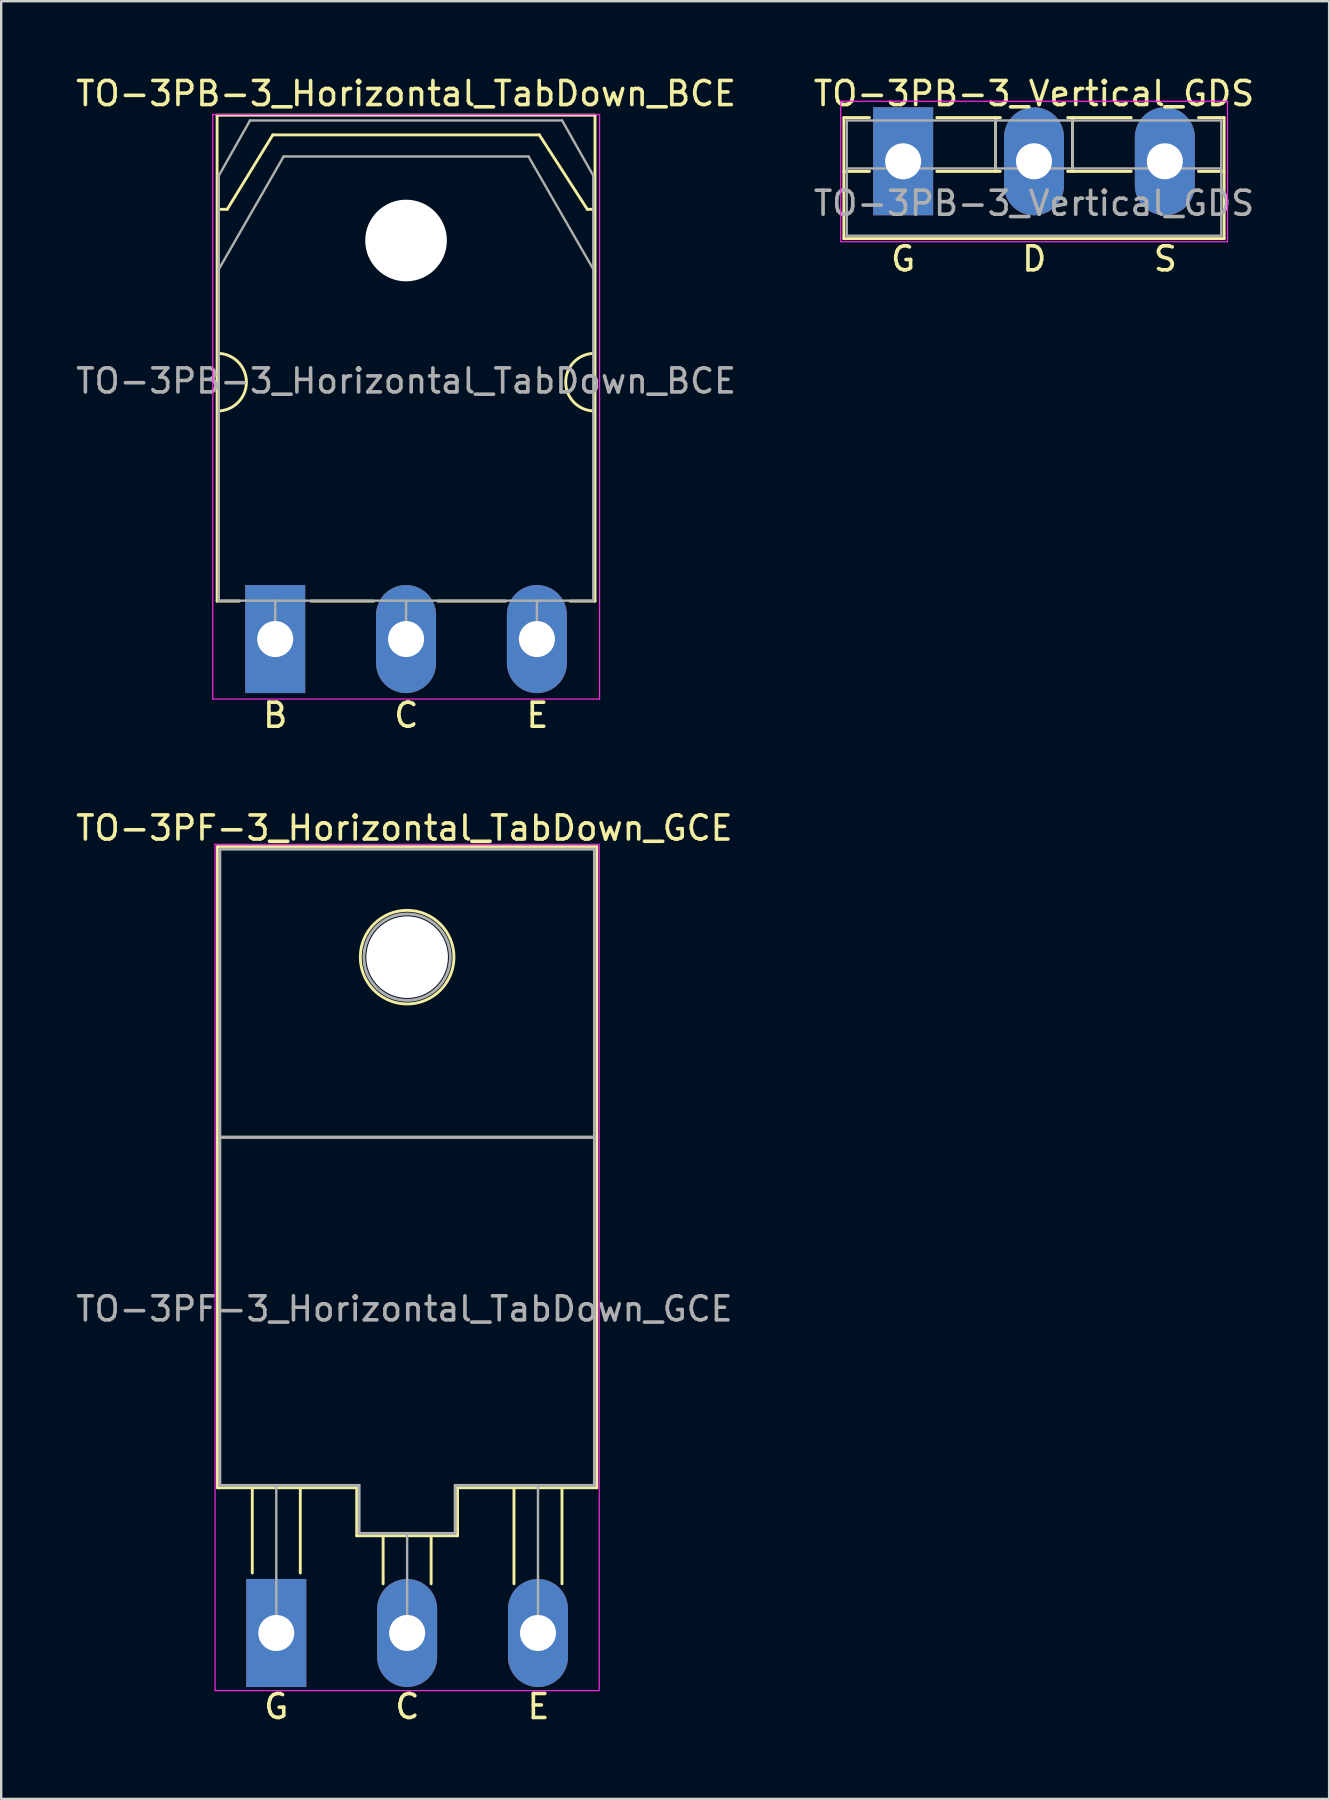
<source format=kicad_pcb>
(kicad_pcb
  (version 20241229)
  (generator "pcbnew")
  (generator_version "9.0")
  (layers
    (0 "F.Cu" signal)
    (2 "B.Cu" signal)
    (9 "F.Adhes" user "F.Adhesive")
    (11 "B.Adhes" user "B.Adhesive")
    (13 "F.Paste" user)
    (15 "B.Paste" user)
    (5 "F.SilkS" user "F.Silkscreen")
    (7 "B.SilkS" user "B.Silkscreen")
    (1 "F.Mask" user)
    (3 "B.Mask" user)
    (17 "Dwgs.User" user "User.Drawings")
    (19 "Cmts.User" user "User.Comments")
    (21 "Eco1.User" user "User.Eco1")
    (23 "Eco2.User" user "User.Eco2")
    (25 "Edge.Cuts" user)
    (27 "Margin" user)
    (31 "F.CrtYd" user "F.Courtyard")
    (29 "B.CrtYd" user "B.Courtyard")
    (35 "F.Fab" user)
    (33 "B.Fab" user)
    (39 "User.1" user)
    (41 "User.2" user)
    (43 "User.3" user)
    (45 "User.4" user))
  (footprint "TO-3PB-3_Vertical_GDS"
    (layer "F.Cu")
    (at 34.568 3.668)
    (property "Reference" "TO-3PB-3_Vertical_GDS" (at 5.45 -2.82 0) (layer "F.SilkS") (effects (font (size 1 1) (thickness 0.15))))
    (fp_line (start -2.47 -1.82) (end -2.47 3.22) (stroke (width 0.12) (type solid)) (layer "F.SilkS"))
    (fp_line (start -2.47 -1.82) (end -1.4 -1.82) (stroke (width 0.12) (type solid)) (layer "F.SilkS"))
    (fp_line (start -2.47 0.421) (end -1.4 0.421) (stroke (width 0.12) (type solid)) (layer "F.SilkS"))
    (fp_line (start -2.47 3.22) (end 13.37 3.22) (stroke (width 0.12) (type solid)) (layer "F.SilkS"))
    (fp_line (start 1.4 -1.82) (end 4.051 -1.82) (stroke (width 0.12) (type solid)) (layer "F.SilkS"))
    (fp_line (start 1.4 0.421) (end 4.051 0.421) (stroke (width 0.12) (type solid)) (layer "F.SilkS"))
    (fp_line (start 3.85 -1.82) (end 3.85 0.421) (stroke (width 0.12) (type solid)) (layer "F.SilkS"))
    (fp_line (start 6.85 -1.82) (end 9.5 -1.82) (stroke (width 0.12) (type solid)) (layer "F.SilkS"))
    (fp_line (start 6.85 0.421) (end 9.5 0.421) (stroke (width 0.12) (type solid)) (layer "F.SilkS"))
    (fp_line (start 7.051 -1.82) (end 7.051 0.421) (stroke (width 0.12) (type solid)) (layer "F.SilkS"))
    (fp_line (start 12.3 -1.82) (end 13.37 -1.82) (stroke (width 0.12) (type solid)) (layer "F.SilkS"))
    (fp_line (start 12.3 0.421) (end 13.37 0.421) (stroke (width 0.12) (type solid)) (layer "F.SilkS"))
    (fp_line (start 13.37 -1.82) (end 13.37 3.22) (stroke (width 0.12) (type solid)) (layer "F.SilkS"))
    (fp_line (start -2.6 -2.5) (end -2.6 3.35) (stroke (width 0.05) (type solid)) (layer "F.CrtYd"))
    (fp_line (start -2.6 3.35) (end 13.51 3.35) (stroke (width 0.05) (type solid)) (layer "F.CrtYd"))
    (fp_line (start 13.51 -2.5) (end -2.6 -2.5) (stroke (width 0.05) (type solid)) (layer "F.CrtYd"))
    (fp_line (start 13.51 3.35) (end 13.51 -2.5) (stroke (width 0.05) (type solid)) (layer "F.CrtYd"))
    (fp_line (start -2.35 -1.7) (end -2.35 3.1) (stroke (width 0.1) (type solid)) (layer "F.Fab"))
    (fp_line (start -2.35 0.3) (end 13.25 0.3) (stroke (width 0.1) (type solid)) (layer "F.Fab"))
    (fp_line (start -2.35 3.1) (end 13.25 3.1) (stroke (width 0.1) (type solid)) (layer "F.Fab"))
    (fp_line (start 3.85 -1.7) (end 3.85 0.3) (stroke (width 0.1) (type solid)) (layer "F.Fab"))
    (fp_line (start 7.05 -1.7) (end 7.05 0.3) (stroke (width 0.1) (type solid)) (layer "F.Fab"))
    (fp_line (start 13.25 -1.7) (end -2.35 -1.7) (stroke (width 0.1) (type solid)) (layer "F.Fab"))
    (fp_line (start 13.25 3.1) (end 13.25 -1.7) (stroke (width 0.1) (type solid)) (layer "F.Fab"))
    (fp_text user "G" (at 0 4.064 0) (unlocked yes) (layer "F.SilkS") (effects (font (size 1 1) (thickness 0.15))))
    (fp_text user "D" (at 5.461 4.064 0) (unlocked yes) (layer "F.SilkS") (effects (font (size 1 1) (thickness 0.15))))
    (fp_text user "S" (at 10.922 4.064 0) (unlocked yes) (layer "F.SilkS") (effects (font (size 1 1) (thickness 0.15))))
    (fp_text user "${REFERENCE}" (at 5.45 1.75 0) (layer "F.Fab") (effects (font (size 1 1) (thickness 0.15))))
    (pad "1" thru_hole rect (at 0 0) (size 2.5 4.5) (drill 1.5) (layers "*.Cu" "*.Mask"))
    (pad "2" thru_hole oval (at 5.45 0) (size 2.5 4.5) (drill 1.5) (layers "*.Cu" "*.Mask"))
    (pad "3" thru_hole oval (at 10.9 0) (size 2.5 4.5) (drill 1.5) (layers "*.Cu" "*.Mask")))
  (footprint "TO-3PF-3_Horizontal_TabDown_GCE"
    (layer "F.Cu")
    (at 8.458 64.968)
    (property "Reference" "TO-3PF-3_Horizontal_TabDown_GCE" (at 5.334 -33.528 0) (layer "F.SilkS") (effects (font (size 1 1) (thickness 0.15))))
    (fp_line (start -2.45 -32.75) (end 13.35 -32.75) (stroke (width 0.12) (type solid)) (layer "F.SilkS"))
    (fp_line (start -2.45 -6.05) (end -2.45 -32.75) (stroke (width 0.12) (type solid)) (layer "F.SilkS"))
    (fp_line (start -1 -6) (end -1 -2.5) (stroke (width 0.12) (type solid)) (layer "F.SilkS"))
    (fp_line (start 1 -6) (end 1 -2.5) (stroke (width 0.12) (type solid)) (layer "F.SilkS"))
    (fp_line (start 3.35 -6.05) (end -2.45 -6.05) (stroke (width 0.12) (type solid)) (layer "F.SilkS"))
    (fp_line (start 3.35 -4.05) (end 3.35 -6.05) (stroke (width 0.12) (type solid)) (layer "F.SilkS"))
    (fp_line (start 4.45 -4.05) (end 4.45 -2.05) (stroke (width 0.12) (type solid)) (layer "F.SilkS"))
    (fp_line (start 6.45 -4.05) (end 6.45 -2.05) (stroke (width 0.12) (type solid)) (layer "F.SilkS"))
    (fp_line (start 7.55 -6.05) (end 7.55 -4.05) (stroke (width 0.12) (type solid)) (layer "F.SilkS"))
    (fp_line (start 7.55 -4.05) (end 3.35 -4.05) (stroke (width 0.12) (type solid)) (layer "F.SilkS"))
    (fp_line (start 9.9 -6) (end 9.9 -2.05) (stroke (width 0.12) (type solid)) (layer "F.SilkS"))
    (fp_line (start 11.9 -6) (end 11.9 -2.05) (stroke (width 0.12) (type solid)) (layer "F.SilkS"))
    (fp_line (start 13.35 -32.75) (end 13.35 -6.05) (stroke (width 0.12) (type solid)) (layer "F.SilkS"))
    (fp_line (start 13.35 -20.65) (end -2.45 -20.65) (stroke (width 0.12) (type solid)) (layer "F.SilkS"))
    (fp_line (start 13.35 -6.05) (end 7.55 -6.05) (stroke (width 0.12) (type solid)) (layer "F.SilkS"))
    (fp_circle (center 5.45 -28.15) (end 7.4 -28.15) (stroke (width 0.12) (type solid)) (fill no) (layer "F.SilkS"))
    (fp_line (start -2.55 -32.85) (end -2.55 2.4) (stroke (width 0.05) (type solid)) (layer "F.CrtYd"))
    (fp_line (start -2.55 2.4) (end 13.45 2.4) (stroke (width 0.05) (type solid)) (layer "F.CrtYd"))
    (fp_line (start 13.45 -32.85) (end -2.55 -32.85) (stroke (width 0.05) (type solid)) (layer "F.CrtYd"))
    (fp_line (start 13.45 2.4) (end 13.45 -32.85) (stroke (width 0.05) (type solid)) (layer "F.CrtYd"))
    (fp_line (start -2.35 -32.65) (end 13.25 -32.65) (stroke (width 0.12) (type solid)) (layer "F.Fab"))
    (fp_line (start -2.35 -20.65) (end 13.25 -20.65) (stroke (width 0.12) (type solid)) (layer "F.Fab"))
    (fp_line (start -2.35 -6.15) (end -2.35 -32.65) (stroke (width 0.12) (type solid)) (layer "F.Fab"))
    (fp_line (start 0 0) (end 0 -6.15) (stroke (width 0.1) (type solid)) (layer "F.Fab"))
    (fp_line (start 3.45 -6.15) (end -2.35 -6.15) (stroke (width 0.12) (type solid)) (layer "F.Fab"))
    (fp_line (start 3.45 -4.15) (end 3.45 -6.15) (stroke (width 0.12) (type solid)) (layer "F.Fab"))
    (fp_line (start 5.45 -4.15) (end 3.45 -4.15) (stroke (width 0.12) (type solid)) (layer "F.Fab"))
    (fp_line (start 5.45 -4.15) (end 5.45 0) (stroke (width 0.1) (type solid)) (layer "F.Fab"))
    (fp_line (start 5.45 -4.15) (end 7.45 -4.15) (stroke (width 0.12) (type solid)) (layer "F.Fab"))
    (fp_line (start 7.45 -4.15) (end 7.45 -6.15) (stroke (width 0.12) (type solid)) (layer "F.Fab"))
    (fp_line (start 10.9 -6.1) (end 10.9 0) (stroke (width 0.1) (type solid)) (layer "F.Fab"))
    (fp_line (start 13.25 -32.65) (end 13.25 -6.15) (stroke (width 0.12) (type solid)) (layer "F.Fab"))
    (fp_line (start 13.25 -6.15) (end 7.45 -6.15) (stroke (width 0.12) (type solid)) (layer "F.Fab"))
    (fp_circle (center 5.45 -28.15) (end 7.25 -28.15) (stroke (width 0.12) (type solid)) (fill no) (layer "F.Fab"))
    (fp_text user "G" (at 0 3.064 0) (unlocked yes) (layer "F.SilkS") (effects (font (size 1 1) (thickness 0.15))))
    (fp_text user "E" (at 10.922 3.064 0) (unlocked yes) (layer "F.SilkS") (effects (font (size 1 1) (thickness 0.15))))
    (fp_text user "C" (at 5.461 3.064 0) (unlocked yes) (layer "F.SilkS") (effects (font (size 1 1) (thickness 0.15))))
    (fp_text user "${REFERENCE}" (at 5.334 -13.5 0) (layer "F.Fab") (effects (font (size 1 1) (thickness 0.15))))
    (pad "" np_thru_hole circle (at 5.45 -28.15) (size 3.4 3.4) (drill 3.4) (layers "*.Cu" "*.Mask"))
    (pad "1" thru_hole rect (at 0 0) (size 2.5 4.5) (drill 1.5) (layers "*.Cu" "*.Mask"))
    (pad "2" thru_hole oval (at 5.45 0) (size 2.5 4.5) (drill 1.5) (layers "*.Cu" "*.Mask"))
    (pad "3" thru_hole oval (at 10.9 0) (size 2.5 4.5) (drill 1.5) (layers "*.Cu" "*.Mask")))
  (footprint "TO-3PB-3_Horizontal_TabDown_BCE"
    (layer "F.Cu")
    (at 8.413 23.568)
    (property "Reference" "TO-3PB-3_Horizontal_TabDown_BCE" (at 5.45 -22.72 0) (layer "F.SilkS") (effects (font (size 1 1) (thickness 0.15))))
    (fp_line (start -2.42 -21.82) (end -2.42 -1.58) (stroke (width 0.12) (type solid)) (layer "F.SilkS"))
    (fp_line (start -2.42 -21.82) (end 13.32 -21.82) (stroke (width 0.12) (type solid)) (layer "F.SilkS"))
    (fp_line (start -2.42 -1.58) (end -1.5 -1.58) (stroke (width 0.12) (type solid)) (layer "F.SilkS"))
    (fp_line (start -2 -17.9) (end -2.4 -17.9) (stroke (width 0.12) (type solid)) (layer "F.SilkS"))
    (fp_line (start -2 -17.9) (end -0.1 -21) (stroke (width 0.12) (type solid)) (layer "F.SilkS"))
    (fp_line (start -0.1 -21) (end 11 -21) (stroke (width 0.12) (type solid)) (layer "F.SilkS"))
    (fp_line (start 1.5 -1.58) (end 4.1 -1.58) (stroke (width 0.12) (type solid)) (layer "F.SilkS"))
    (fp_line (start 6.78 -1.58) (end 9.6 -1.58) (stroke (width 0.12) (type solid)) (layer "F.SilkS"))
    (fp_line (start 11 -21) (end 13 -17.9) (stroke (width 0.12) (type solid)) (layer "F.SilkS"))
    (fp_line (start 12.28 -1.58) (end 13.32 -1.58) (stroke (width 0.12) (type solid)) (layer "F.SilkS"))
    (fp_line (start 13 -17.9) (end 13.3 -17.9) (stroke (width 0.12) (type solid)) (layer "F.SilkS"))
    (fp_line (start 13.32 -21.82) (end 13.32 -1.58) (stroke (width 0.12) (type solid)) (layer "F.SilkS"))
    (fp_arc (start -2.4 -11.9) (mid -1.2 -10.7) (end -2.4 -9.5) (stroke (width 0.12) (type solid)) (layer "F.SilkS"))
    (fp_arc (start 13.3 -9.5) (mid 12.1 -10.7) (end 13.3 -11.9) (stroke (width 0.12) (type solid)) (layer "F.SilkS"))
    (fp_line (start -2.6 -21.85) (end -2.6 2.5) (stroke (width 0.05) (type solid)) (layer "F.CrtYd"))
    (fp_line (start -2.6 2.5) (end 13.51 2.5) (stroke (width 0.05) (type solid)) (layer "F.CrtYd"))
    (fp_line (start 13.51 -21.85) (end -2.6 -21.85) (stroke (width 0.05) (type solid)) (layer "F.CrtYd"))
    (fp_line (start 13.51 2.5) (end 13.51 -21.85) (stroke (width 0.05) (type solid)) (layer "F.CrtYd"))
    (fp_line (start -2.35 -19.3) (end -1.05 -21.6) (stroke (width 0.1) (type solid)) (layer "F.Fab"))
    (fp_line (start -2.35 -15.401) (end -2.35 -19.3) (stroke (width 0.1) (type solid)) (layer "F.Fab"))
    (fp_line (start -2.35 -15.401) (end 0.351 -20.1) (stroke (width 0.1) (type solid)) (layer "F.Fab"))
    (fp_line (start -2.35 -1.6) (end -2.35 -15.401) (stroke (width 0.1) (type solid)) (layer "F.Fab"))
    (fp_line (start -1.05 -21.6) (end 11.95 -21.6) (stroke (width 0.1) (type solid)) (layer "F.Fab"))
    (fp_line (start 0 -1.6) (end 0 0) (stroke (width 0.1) (type solid)) (layer "F.Fab"))
    (fp_line (start 0.351 -20.1) (end 10.55 -20.1) (stroke (width 0.1) (type solid)) (layer "F.Fab"))
    (fp_line (start 5.45 -1.6) (end 5.45 0) (stroke (width 0.1) (type solid)) (layer "F.Fab"))
    (fp_line (start 10.55 -20.1) (end 13.25 -15.401) (stroke (width 0.1) (type solid)) (layer "F.Fab"))
    (fp_line (start 10.9 -1.6) (end 10.9 0) (stroke (width 0.1) (type solid)) (layer "F.Fab"))
    (fp_line (start 11.95 -21.6) (end 13.25 -19.3) (stroke (width 0.1) (type solid)) (layer "F.Fab"))
    (fp_line (start 13.25 -19.3) (end 13.25 -15.401) (stroke (width 0.1) (type solid)) (layer "F.Fab"))
    (fp_line (start 13.25 -15.401) (end 13.25 -1.6) (stroke (width 0.1) (type solid)) (layer "F.Fab"))
    (fp_line (start 13.25 -1.6) (end -2.35 -1.6) (stroke (width 0.1) (type solid)) (layer "F.Fab"))
    (fp_circle (center 5.45 -16.6) (end 7.05 -16.6) (stroke (width 0.1) (type solid)) (fill no) (layer "F.Fab"))
    (fp_text user "B" (at 0 3.175 0) (unlocked yes) (layer "F.SilkS") (effects (font (size 1 1) (thickness 0.15))))
    (fp_text user "C" (at 5.461 3.175 0) (unlocked yes) (layer "F.SilkS") (effects (font (size 1 1) (thickness 0.15))))
    (fp_text user "E" (at 10.922 3.175 0) (unlocked yes) (layer "F.SilkS") (effects (font (size 1 1) (thickness 0.15))))
    (fp_text user "${REFERENCE}" (at 5.45 -10.75 0) (layer "F.Fab") (effects (font (size 1 1) (thickness 0.15))))
    (pad "" np_thru_hole oval (at 5.45 -16.6) (size 3.4 3.4) (drill 3.4) (layers "*.Cu" "*.Mask"))
    (pad "1" thru_hole rect (at 0 0) (size 2.5 4.5) (drill 1.5) (layers "*.Cu" "*.Mask"))
    (pad "2" thru_hole oval (at 5.45 0) (size 2.5 4.5) (drill 1.5) (layers "*.Cu" "*.Mask"))
    (pad "3" thru_hole oval (at 10.9 0) (size 2.5 4.5) (drill 1.5) (layers "*.Cu" "*.Mask")))
  (gr_rect
    (start -3 -3)
    (end 52.31 71.88)
    (stroke (width 0.1) (type default))
    (fill no)
    (layer "Edge.Cuts")))
</source>
